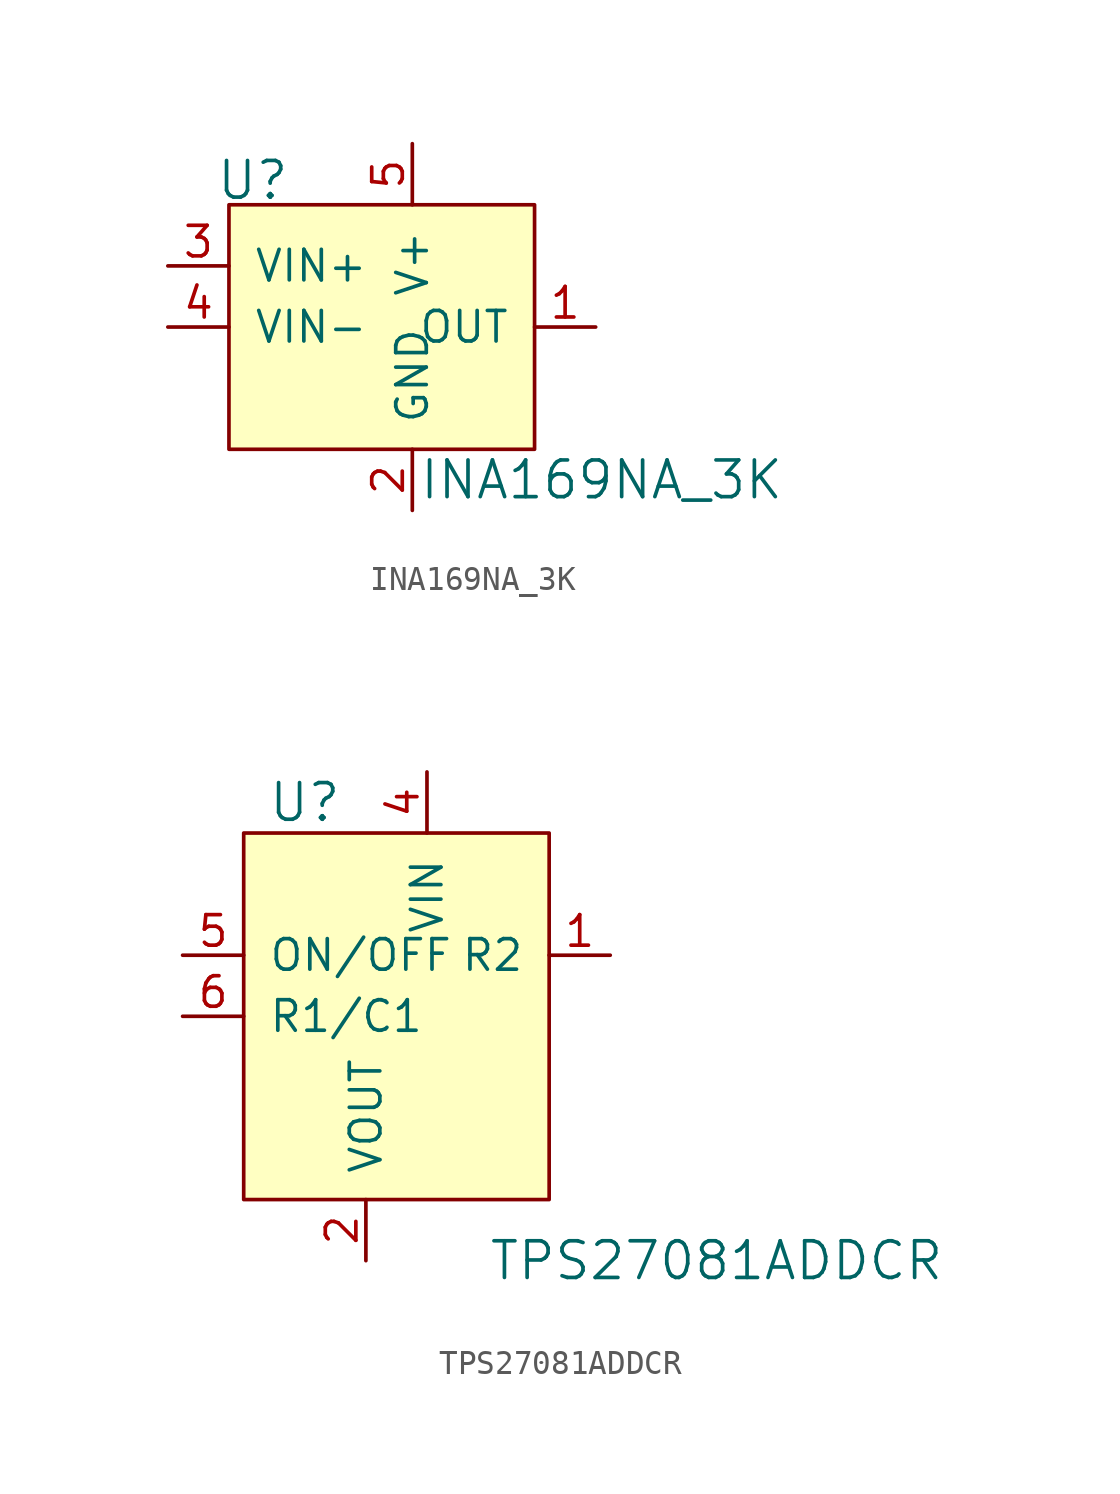
<source format=kicad_sym>
(kicad_symbol_lib
  (version 20211014)
  (generator kicad_symbol_editor)
  (symbol "INA169NA_3K"
    (pin_names
      (offset 1.016))
    (property "Reference" "U"
      (at -5.08 11.176 0)
      (effects (font (size 1.524 1.524)) (justify right)))
    (property "Value" "INA169NA_3K"
      (at 0.254 -1.27 0)
      (effects (font (size 1.524 1.524)) (justify left)))
    (symbol "INA169NA_3K_0_1"
      (rectangle (start -7.62 10.16) (end 5.08 0) (stroke (width 0) (type default) (color 0 0 0 0)) (fill (type background))))
    (symbol "INA169NA_3K_1_1"
      (pin output line (at 7.62 5.08 180) (length 2.54) (name "OUT" (effects (font (size 1.27 1.27)))) (number "1" (effects (font (size 1.27 1.27)))))
      (pin power_in line (at 0 -2.54 90) (length 2.54) (name "GND" (effects (font (size 1.27 1.27)))) (number "2" (effects (font (size 1.27 1.27)))))
      (pin passive line (at -10.16 7.62 0) (length 2.54) (name "VIN+" (effects (font (size 1.27 1.27)))) (number "3" (effects (font (size 1.27 1.27)))))
      (pin passive line (at -10.16 5.08 0) (length 2.54) (name "VIN-" (effects (font (size 1.27 1.27)))) (number "4" (effects (font (size 1.27 1.27)))))
      (pin power_in line (at 0 12.7 270) (length 2.54) (name "V+" (effects (font (size 1.27 1.27)))) (number "5" (effects (font (size 1.27 1.27)))))))
  (symbol "TPS27081ADDCR"
    (pin_names
      (offset 1.016))
    (property "Reference" "U"
      (at -2.54 6.35 0)
      (effects (font (size 1.524 1.524))))
    (property "Value" "TPS27081ADDCR"
      (at 5.08 -12.7 0)
      (effects (font (size 1.524 1.524)) (justify left)))
    (symbol "TPS27081ADDCR_0_1"
      (rectangle (start -5.08 5.08) (end 7.62 -10.16) (stroke (width 0) (type default) (color 0 0 0 0)) (fill (type background))))
    (symbol "TPS27081ADDCR_1_1"
      (pin passive line (at 10.16 0 180) (length 2.54) (name "R2" (effects (font (size 1.27 1.27)))) (number "1" (effects (font (size 1.27 1.27)))))
      (pin power_out line (at 0 -12.7 90) (length 2.54) (name "VOUT" (effects (font (size 1.27 1.27)))) (number "2" (effects (font (size 1.27 1.27)))))
      (pin passive line (at 0 -12.7 90) (length 2.54) hide (name "VOUT" (effects (font (size 1.27 1.27)))) (number "3" (effects (font (size 1.27 1.27)))))
      (pin power_in line (at 2.54 7.62 270) (length 2.54) (name "VIN" (effects (font (size 1.27 1.27)))) (number "4" (effects (font (size 1.27 1.27)))))
      (pin input line (at -7.62 0 0) (length 2.54) (name "ON/OFF" (effects (font (size 1.27 1.27)))) (number "5" (effects (font (size 1.27 1.27)))))
      (pin input line (at -7.62 -2.54 0) (length 2.54) (name "R1/C1" (effects (font (size 1.27 1.27)))) (number "6" (effects (font (size 1.27 1.27))))))))
</source>
